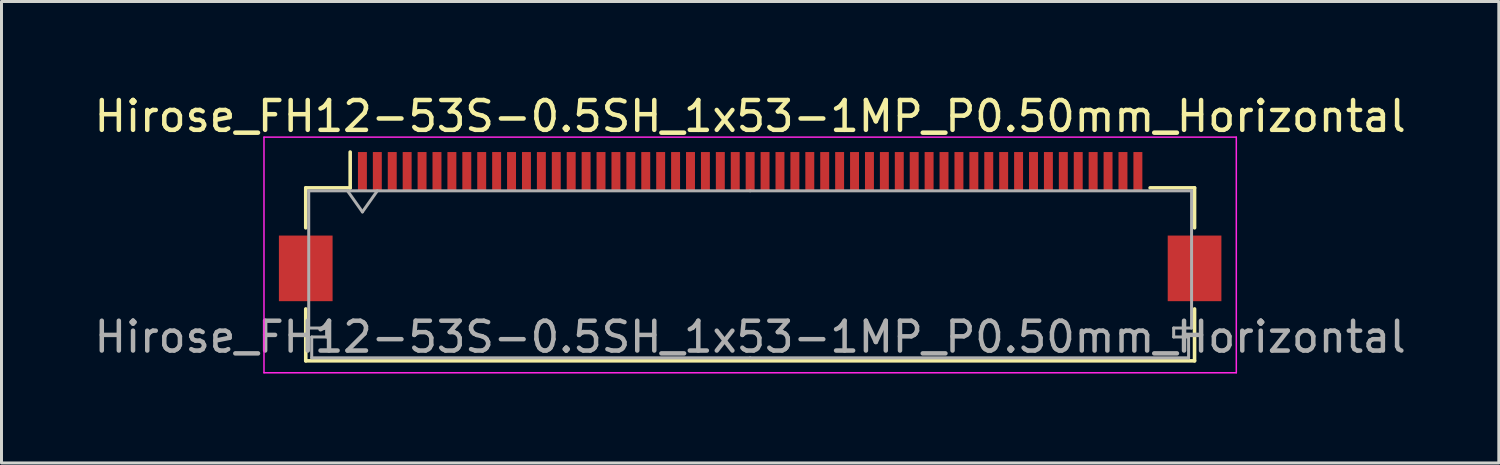
<source format=kicad_pcb>
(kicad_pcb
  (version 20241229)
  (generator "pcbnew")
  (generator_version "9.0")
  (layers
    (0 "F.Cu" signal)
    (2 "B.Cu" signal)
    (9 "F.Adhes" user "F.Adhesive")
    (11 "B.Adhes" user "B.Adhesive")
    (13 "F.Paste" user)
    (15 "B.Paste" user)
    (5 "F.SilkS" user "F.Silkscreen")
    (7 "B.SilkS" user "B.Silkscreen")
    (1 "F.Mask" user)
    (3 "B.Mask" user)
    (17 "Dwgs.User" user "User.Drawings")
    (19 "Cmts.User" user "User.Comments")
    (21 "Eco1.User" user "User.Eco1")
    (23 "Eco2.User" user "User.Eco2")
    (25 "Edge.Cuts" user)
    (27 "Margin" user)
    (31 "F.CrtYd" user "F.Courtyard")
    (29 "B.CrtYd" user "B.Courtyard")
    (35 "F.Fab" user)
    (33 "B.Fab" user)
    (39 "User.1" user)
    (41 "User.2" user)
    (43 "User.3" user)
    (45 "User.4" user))
  (footprint "Hirose_FH12-53S-0.5SH_1x53-1MP_P0.50mm_Horizontal"
    (layer "F.Cu")
    (at 22.101 4.548)
    (property "Reference" "Hirose_FH12-53S-0.5SH_1x53-1MP_P0.50mm_Horizontal" (at 0 -3.7 0) (layer "F.SilkS") (effects (font (size 1 1) (thickness 0.15))))
    (attr smd)
    (fp_line (start -14.9 -1.3) (end -14.9 0.04) (stroke (width 0.12) (type solid)) (layer "F.SilkS"))
    (fp_line (start -14.9 2.76) (end -14.9 4.5) (stroke (width 0.12) (type solid)) (layer "F.SilkS"))
    (fp_line (start -14.9 4.5) (end 14.9 4.5) (stroke (width 0.12) (type solid)) (layer "F.SilkS"))
    (fp_line (start -13.41 -1.3) (end -14.9 -1.3) (stroke (width 0.12) (type solid)) (layer "F.SilkS"))
    (fp_line (start -13.41 -1.3) (end -13.41 -2.5) (stroke (width 0.12) (type solid)) (layer "F.SilkS"))
    (fp_line (start 13.41 -1.3) (end 14.9 -1.3) (stroke (width 0.12) (type solid)) (layer "F.SilkS"))
    (fp_line (start 14.9 -1.3) (end 14.9 0.04) (stroke (width 0.12) (type solid)) (layer "F.SilkS"))
    (fp_line (start 14.9 4.5) (end 14.9 2.76) (stroke (width 0.12) (type solid)) (layer "F.SilkS"))
    (fp_line (start -16.3 -3) (end -16.3 4.9) (stroke (width 0.05) (type solid)) (layer "F.CrtYd"))
    (fp_line (start -16.3 4.9) (end 16.3 4.9) (stroke (width 0.05) (type solid)) (layer "F.CrtYd"))
    (fp_line (start 16.3 -3) (end -16.3 -3) (stroke (width 0.05) (type solid)) (layer "F.CrtYd"))
    (fp_line (start 16.3 4.9) (end 16.3 -3) (stroke (width 0.05) (type solid)) (layer "F.CrtYd"))
    (fp_line (start -14.8 -1.2) (end -14.8 3.4) (stroke (width 0.1) (type solid)) (layer "F.Fab"))
    (fp_line (start -14.8 3.4) (end -14.2 3.4) (stroke (width 0.1) (type solid)) (layer "F.Fab"))
    (fp_line (start -14.7 3.7) (end -14.7 4.4) (stroke (width 0.1) (type solid)) (layer "F.Fab"))
    (fp_line (start -14.7 4.4) (end 0 4.4) (stroke (width 0.1) (type solid)) (layer "F.Fab"))
    (fp_line (start -14.2 3.4) (end -14.2 3.7) (stroke (width 0.1) (type solid)) (layer "F.Fab"))
    (fp_line (start -14.2 3.7) (end -14.7 3.7) (stroke (width 0.1) (type solid)) (layer "F.Fab"))
    (fp_line (start -13.5 -1.2) (end -13 -0.493) (stroke (width 0.1) (type solid)) (layer "F.Fab"))
    (fp_line (start -13 -0.493) (end -12.5 -1.2) (stroke (width 0.1) (type solid)) (layer "F.Fab"))
    (fp_line (start 0 -1.2) (end -14.8 -1.2) (stroke (width 0.1) (type solid)) (layer "F.Fab"))
    (fp_line (start 0 -1.2) (end 14.8 -1.2) (stroke (width 0.1) (type solid)) (layer "F.Fab"))
    (fp_line (start 14.2 3.4) (end 14.2 3.7) (stroke (width 0.1) (type solid)) (layer "F.Fab"))
    (fp_line (start 14.2 3.7) (end 14.7 3.7) (stroke (width 0.1) (type solid)) (layer "F.Fab"))
    (fp_line (start 14.7 3.7) (end 14.7 4.4) (stroke (width 0.1) (type solid)) (layer "F.Fab"))
    (fp_line (start 14.7 4.4) (end 0 4.4) (stroke (width 0.1) (type solid)) (layer "F.Fab"))
    (fp_line (start 14.8 -1.2) (end 14.8 3.4) (stroke (width 0.1) (type solid)) (layer "F.Fab"))
    (fp_line (start 14.8 3.4) (end 14.2 3.4) (stroke (width 0.1) (type solid)) (layer "F.Fab"))
    (fp_text user "${REFERENCE}" (at 0 3.7 0) (layer "F.Fab") (effects (font (size 1 1) (thickness 0.15))))
    (pad "1" smd rect (at -13 -1.85) (size 0.3 1.3) (layers "F.Cu" "F.Mask" "F.Paste"))
    (pad "2" smd rect (at -12.5 -1.85) (size 0.3 1.3) (layers "F.Cu" "F.Mask" "F.Paste"))
    (pad "3" smd rect (at -12 -1.85) (size 0.3 1.3) (layers "F.Cu" "F.Mask" "F.Paste"))
    (pad "4" smd rect (at -11.5 -1.85) (size 0.3 1.3) (layers "F.Cu" "F.Mask" "F.Paste"))
    (pad "5" smd rect (at -11 -1.85) (size 0.3 1.3) (layers "F.Cu" "F.Mask" "F.Paste"))
    (pad "6" smd rect (at -10.5 -1.85) (size 0.3 1.3) (layers "F.Cu" "F.Mask" "F.Paste"))
    (pad "7" smd rect (at -10 -1.85) (size 0.3 1.3) (layers "F.Cu" "F.Mask" "F.Paste"))
    (pad "8" smd rect (at -9.5 -1.85) (size 0.3 1.3) (layers "F.Cu" "F.Mask" "F.Paste"))
    (pad "9" smd rect (at -9 -1.85) (size 0.3 1.3) (layers "F.Cu" "F.Mask" "F.Paste"))
    (pad "10" smd rect (at -8.5 -1.85) (size 0.3 1.3) (layers "F.Cu" "F.Mask" "F.Paste"))
    (pad "11" smd rect (at -8 -1.85) (size 0.3 1.3) (layers "F.Cu" "F.Mask" "F.Paste"))
    (pad "12" smd rect (at -7.5 -1.85) (size 0.3 1.3) (layers "F.Cu" "F.Mask" "F.Paste"))
    (pad "13" smd rect (at -7 -1.85) (size 0.3 1.3) (layers "F.Cu" "F.Mask" "F.Paste"))
    (pad "14" smd rect (at -6.5 -1.85) (size 0.3 1.3) (layers "F.Cu" "F.Mask" "F.Paste"))
    (pad "15" smd rect (at -6 -1.85) (size 0.3 1.3) (layers "F.Cu" "F.Mask" "F.Paste"))
    (pad "16" smd rect (at -5.5 -1.85) (size 0.3 1.3) (layers "F.Cu" "F.Mask" "F.Paste"))
    (pad "17" smd rect (at -5 -1.85) (size 0.3 1.3) (layers "F.Cu" "F.Mask" "F.Paste"))
    (pad "18" smd rect (at -4.5 -1.85) (size 0.3 1.3) (layers "F.Cu" "F.Mask" "F.Paste"))
    (pad "19" smd rect (at -4 -1.85) (size 0.3 1.3) (layers "F.Cu" "F.Mask" "F.Paste"))
    (pad "20" smd rect (at -3.5 -1.85) (size 0.3 1.3) (layers "F.Cu" "F.Mask" "F.Paste"))
    (pad "21" smd rect (at -3 -1.85) (size 0.3 1.3) (layers "F.Cu" "F.Mask" "F.Paste"))
    (pad "22" smd rect (at -2.5 -1.85) (size 0.3 1.3) (layers "F.Cu" "F.Mask" "F.Paste"))
    (pad "23" smd rect (at -2 -1.85) (size 0.3 1.3) (layers "F.Cu" "F.Mask" "F.Paste"))
    (pad "24" smd rect (at -1.5 -1.85) (size 0.3 1.3) (layers "F.Cu" "F.Mask" "F.Paste"))
    (pad "25" smd rect (at -1 -1.85) (size 0.3 1.3) (layers "F.Cu" "F.Mask" "F.Paste"))
    (pad "26" smd rect (at -0.5 -1.85) (size 0.3 1.3) (layers "F.Cu" "F.Mask" "F.Paste"))
    (pad "27" smd rect (at 0 -1.85) (size 0.3 1.3) (layers "F.Cu" "F.Mask" "F.Paste"))
    (pad "28" smd rect (at 0.5 -1.85) (size 0.3 1.3) (layers "F.Cu" "F.Mask" "F.Paste"))
    (pad "29" smd rect (at 1 -1.85) (size 0.3 1.3) (layers "F.Cu" "F.Mask" "F.Paste"))
    (pad "30" smd rect (at 1.5 -1.85) (size 0.3 1.3) (layers "F.Cu" "F.Mask" "F.Paste"))
    (pad "31" smd rect (at 2 -1.85) (size 0.3 1.3) (layers "F.Cu" "F.Mask" "F.Paste"))
    (pad "32" smd rect (at 2.5 -1.85) (size 0.3 1.3) (layers "F.Cu" "F.Mask" "F.Paste"))
    (pad "33" smd rect (at 3 -1.85) (size 0.3 1.3) (layers "F.Cu" "F.Mask" "F.Paste"))
    (pad "34" smd rect (at 3.5 -1.85) (size 0.3 1.3) (layers "F.Cu" "F.Mask" "F.Paste"))
    (pad "35" smd rect (at 4 -1.85) (size 0.3 1.3) (layers "F.Cu" "F.Mask" "F.Paste"))
    (pad "36" smd rect (at 4.5 -1.85) (size 0.3 1.3) (layers "F.Cu" "F.Mask" "F.Paste"))
    (pad "37" smd rect (at 5 -1.85) (size 0.3 1.3) (layers "F.Cu" "F.Mask" "F.Paste"))
    (pad "38" smd rect (at 5.5 -1.85) (size 0.3 1.3) (layers "F.Cu" "F.Mask" "F.Paste"))
    (pad "39" smd rect (at 6 -1.85) (size 0.3 1.3) (layers "F.Cu" "F.Mask" "F.Paste"))
    (pad "40" smd rect (at 6.5 -1.85) (size 0.3 1.3) (layers "F.Cu" "F.Mask" "F.Paste"))
    (pad "41" smd rect (at 7 -1.85) (size 0.3 1.3) (layers "F.Cu" "F.Mask" "F.Paste"))
    (pad "42" smd rect (at 7.5 -1.85) (size 0.3 1.3) (layers "F.Cu" "F.Mask" "F.Paste"))
    (pad "43" smd rect (at 8 -1.85) (size 0.3 1.3) (layers "F.Cu" "F.Mask" "F.Paste"))
    (pad "44" smd rect (at 8.5 -1.85) (size 0.3 1.3) (layers "F.Cu" "F.Mask" "F.Paste"))
    (pad "45" smd rect (at 9 -1.85) (size 0.3 1.3) (layers "F.Cu" "F.Mask" "F.Paste"))
    (pad "46" smd rect (at 9.5 -1.85) (size 0.3 1.3) (layers "F.Cu" "F.Mask" "F.Paste"))
    (pad "47" smd rect (at 10 -1.85) (size 0.3 1.3) (layers "F.Cu" "F.Mask" "F.Paste"))
    (pad "48" smd rect (at 10.5 -1.85) (size 0.3 1.3) (layers "F.Cu" "F.Mask" "F.Paste"))
    (pad "49" smd rect (at 11 -1.85) (size 0.3 1.3) (layers "F.Cu" "F.Mask" "F.Paste"))
    (pad "50" smd rect (at 11.5 -1.85) (size 0.3 1.3) (layers "F.Cu" "F.Mask" "F.Paste"))
    (pad "51" smd rect (at 12 -1.85) (size 0.3 1.3) (layers "F.Cu" "F.Mask" "F.Paste"))
    (pad "52" smd rect (at 12.5 -1.85) (size 0.3 1.3) (layers "F.Cu" "F.Mask" "F.Paste"))
    (pad "53" smd rect (at 13 -1.85) (size 0.3 1.3) (layers "F.Cu" "F.Mask" "F.Paste"))
    (pad "MP" smd rect (at -14.9 1.4) (size 1.8 2.2) (layers "F.Cu" "F.Mask" "F.Paste"))
    (pad "MP" smd rect (at 14.9 1.4) (size 1.8 2.2) (layers "F.Cu" "F.Mask" "F.Paste")))
  (gr_rect
    (start -3 -3)
    (end 47.202 12.473)
    (stroke (width 0.1) (type default))
    (fill no)
    (layer "Edge.Cuts")))
</source>
